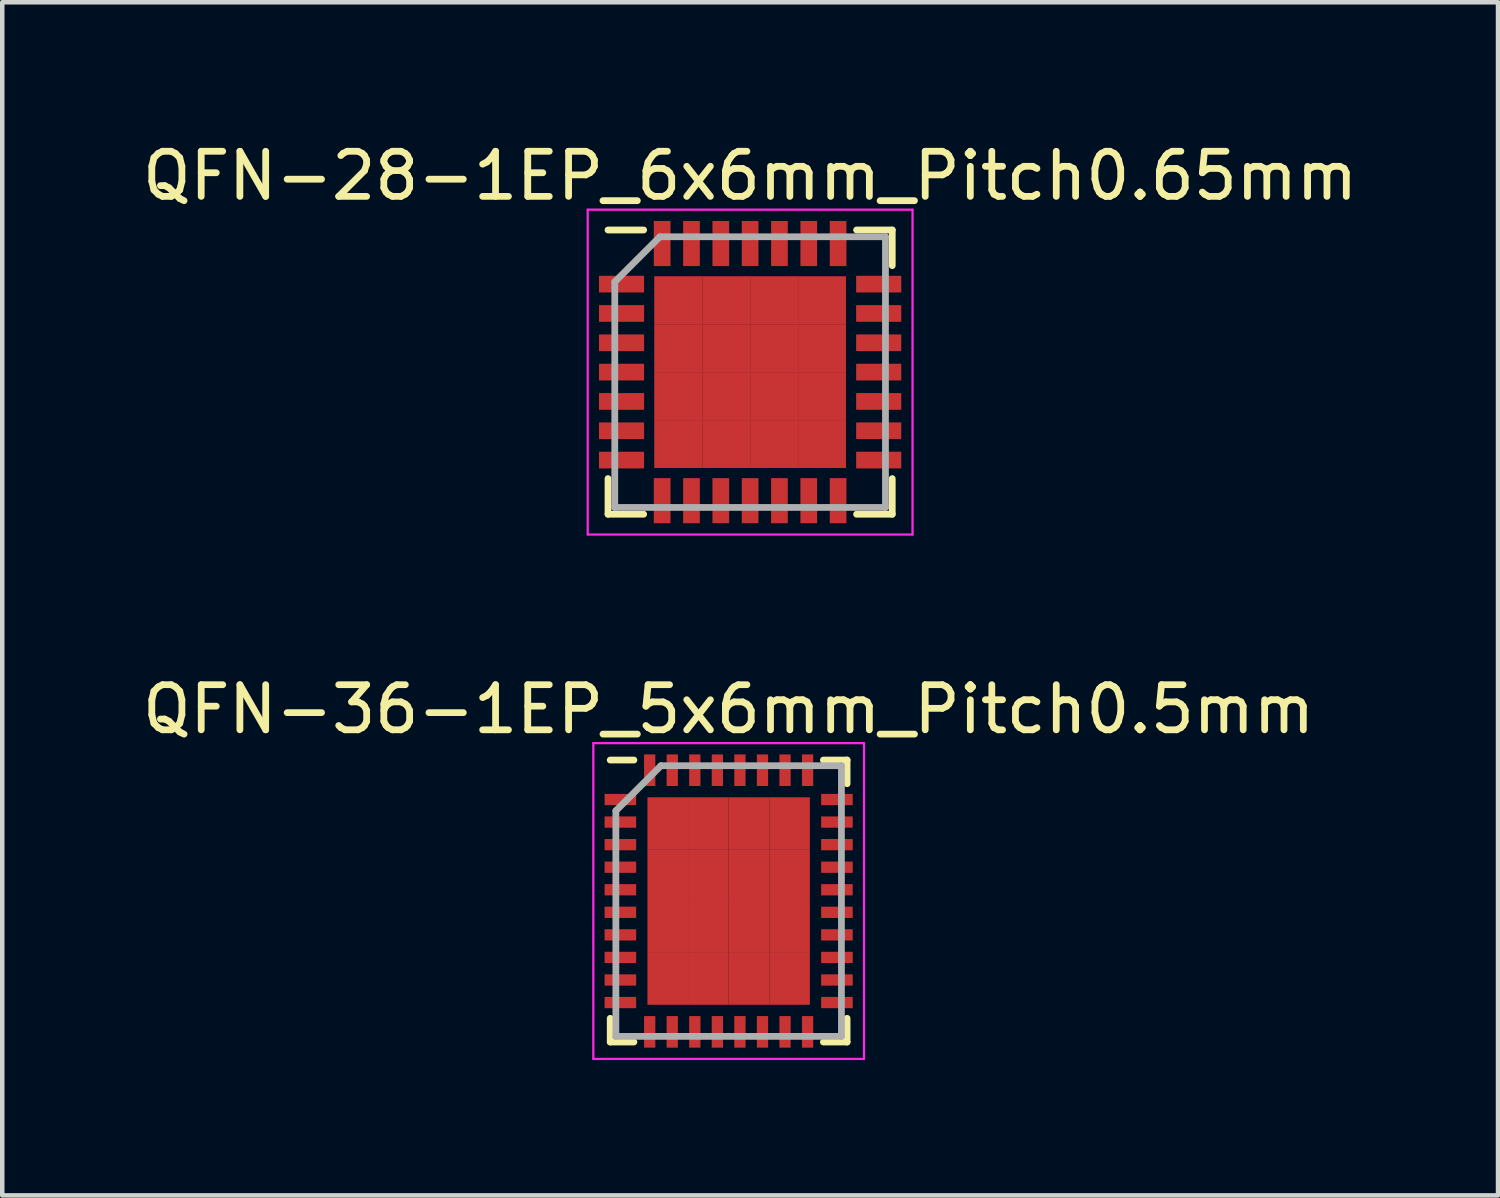
<source format=kicad_pcb>
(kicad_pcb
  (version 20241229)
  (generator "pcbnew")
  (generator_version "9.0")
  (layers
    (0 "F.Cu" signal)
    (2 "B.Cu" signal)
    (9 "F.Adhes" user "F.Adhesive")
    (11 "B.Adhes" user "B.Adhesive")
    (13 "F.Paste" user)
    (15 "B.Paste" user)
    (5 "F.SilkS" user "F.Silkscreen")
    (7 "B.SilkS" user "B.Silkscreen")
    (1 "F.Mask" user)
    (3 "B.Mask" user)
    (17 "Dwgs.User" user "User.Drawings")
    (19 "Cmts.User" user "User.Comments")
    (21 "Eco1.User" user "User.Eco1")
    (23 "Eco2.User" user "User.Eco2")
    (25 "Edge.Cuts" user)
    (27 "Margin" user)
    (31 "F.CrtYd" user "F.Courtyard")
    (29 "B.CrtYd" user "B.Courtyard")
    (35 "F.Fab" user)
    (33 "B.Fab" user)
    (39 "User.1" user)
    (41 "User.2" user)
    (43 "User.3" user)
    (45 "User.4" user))
  (footprint "QFN-28-1EP_6x6mm_Pitch0.65mm"
    (layer "F.Cu")
    (at 13.577 5.198)
    (property "Reference" "QFN-28-1EP_6x6mm_Pitch0.65mm" (at 0 -4.35 0) (layer "F.SilkS") (effects (font (size 1 1) (thickness 0.15))))
    (attr smd)
    (fp_line (start -3.15 -3.15) (end -2.36 -3.15) (stroke (width 0.15) (type solid)) (layer "F.SilkS"))
    (fp_line (start -3.15 3.15) (end -3.15 2.36) (stroke (width 0.15) (type solid)) (layer "F.SilkS"))
    (fp_line (start -3.15 3.15) (end -2.36 3.15) (stroke (width 0.15) (type solid)) (layer "F.SilkS"))
    (fp_line (start 3.15 -3.15) (end 2.36 -3.15) (stroke (width 0.15) (type solid)) (layer "F.SilkS"))
    (fp_line (start 3.15 -3.15) (end 3.15 -2.36) (stroke (width 0.15) (type solid)) (layer "F.SilkS"))
    (fp_line (start 3.15 3.15) (end 2.36 3.15) (stroke (width 0.15) (type solid)) (layer "F.SilkS"))
    (fp_line (start 3.15 3.15) (end 3.15 2.36) (stroke (width 0.15) (type solid)) (layer "F.SilkS"))
    (fp_line (start -3.6 -3.6) (end -3.6 3.6) (stroke (width 0.05) (type solid)) (layer "F.CrtYd"))
    (fp_line (start -3.6 -3.6) (end 3.6 -3.6) (stroke (width 0.05) (type solid)) (layer "F.CrtYd"))
    (fp_line (start -3.6 3.6) (end 3.6 3.6) (stroke (width 0.05) (type solid)) (layer "F.CrtYd"))
    (fp_line (start 3.6 -3.6) (end 3.6 3.6) (stroke (width 0.05) (type solid)) (layer "F.CrtYd"))
    (fp_line (start -3 -2) (end -2 -3) (stroke (width 0.15) (type solid)) (layer "F.Fab"))
    (fp_line (start -3 3) (end -3 -2) (stroke (width 0.15) (type solid)) (layer "F.Fab"))
    (fp_line (start -2 -3) (end 3 -3) (stroke (width 0.15) (type solid)) (layer "F.Fab"))
    (fp_line (start 3 -3) (end 3 3) (stroke (width 0.15) (type solid)) (layer "F.Fab"))
    (fp_line (start 3 3) (end -3 3) (stroke (width 0.15) (type solid)) (layer "F.Fab"))
    (pad "1" smd rect (at -2.85 -1.95) (size 1 0.37) (layers "F.Cu" "F.Mask" "F.Paste"))
    (pad "2" smd rect (at -2.85 -1.3) (size 1 0.37) (layers "F.Cu" "F.Mask" "F.Paste"))
    (pad "3" smd rect (at -2.85 -0.65) (size 1 0.37) (layers "F.Cu" "F.Mask" "F.Paste"))
    (pad "4" smd rect (at -2.85 0) (size 1 0.37) (layers "F.Cu" "F.Mask" "F.Paste"))
    (pad "5" smd rect (at -2.85 0.65) (size 1 0.37) (layers "F.Cu" "F.Mask" "F.Paste"))
    (pad "6" smd rect (at -2.85 1.3) (size 1 0.37) (layers "F.Cu" "F.Mask" "F.Paste"))
    (pad "7" smd rect (at -2.85 1.95) (size 1 0.37) (layers "F.Cu" "F.Mask" "F.Paste"))
    (pad "8" smd rect (at -1.95 2.85 90) (size 1 0.37) (layers "F.Cu" "F.Mask" "F.Paste"))
    (pad "9" smd rect (at -1.3 2.85 90) (size 1 0.37) (layers "F.Cu" "F.Mask" "F.Paste"))
    (pad "10" smd rect (at -0.65 2.85 90) (size 1 0.37) (layers "F.Cu" "F.Mask" "F.Paste"))
    (pad "11" smd rect (at 0 2.85 90) (size 1 0.37) (layers "F.Cu" "F.Mask" "F.Paste"))
    (pad "12" smd rect (at 0.65 2.85 90) (size 1 0.37) (layers "F.Cu" "F.Mask" "F.Paste"))
    (pad "13" smd rect (at 1.3 2.85 90) (size 1 0.37) (layers "F.Cu" "F.Mask" "F.Paste"))
    (pad "14" smd rect (at 1.95 2.85 90) (size 1 0.37) (layers "F.Cu" "F.Mask" "F.Paste"))
    (pad "15" smd rect (at 2.85 1.95) (size 1 0.37) (layers "F.Cu" "F.Mask" "F.Paste"))
    (pad "16" smd rect (at 2.85 1.3) (size 1 0.37) (layers "F.Cu" "F.Mask" "F.Paste"))
    (pad "17" smd rect (at 2.85 0.65) (size 1 0.37) (layers "F.Cu" "F.Mask" "F.Paste"))
    (pad "18" smd rect (at 2.85 0) (size 1 0.37) (layers "F.Cu" "F.Mask" "F.Paste"))
    (pad "19" smd rect (at 2.85 -0.65) (size 1 0.37) (layers "F.Cu" "F.Mask" "F.Paste"))
    (pad "20" smd rect (at 2.85 -1.3) (size 1 0.37) (layers "F.Cu" "F.Mask" "F.Paste"))
    (pad "21" smd rect (at 2.85 -1.95) (size 1 0.37) (layers "F.Cu" "F.Mask" "F.Paste"))
    (pad "22" smd rect (at 1.95 -2.85 90) (size 1 0.37) (layers "F.Cu" "F.Mask" "F.Paste"))
    (pad "23" smd rect (at 1.3 -2.85 90) (size 1 0.37) (layers "F.Cu" "F.Mask" "F.Paste"))
    (pad "24" smd rect (at 0.65 -2.85 90) (size 1 0.37) (layers "F.Cu" "F.Mask" "F.Paste"))
    (pad "25" smd rect (at 0 -2.85 90) (size 1 0.37) (layers "F.Cu" "F.Mask" "F.Paste"))
    (pad "26" smd rect (at -0.65 -2.85 90) (size 1 0.37) (layers "F.Cu" "F.Mask" "F.Paste"))
    (pad "27" smd rect (at -1.3 -2.85 90) (size 1 0.37) (layers "F.Cu" "F.Mask" "F.Paste"))
    (pad "28" smd rect (at -1.95 -2.85 90) (size 1 0.37) (layers "F.Cu" "F.Mask" "F.Paste"))
    (pad "29" smd rect (at -1.594 -1.594) (size 1.062 1.062) (layers "F.Cu" "F.Mask" "F.Paste"))
    (pad "29" smd rect (at -1.594 -0.531) (size 1.062 1.062) (layers "F.Cu" "F.Mask" "F.Paste"))
    (pad "29" smd rect (at -1.594 0.531) (size 1.062 1.062) (layers "F.Cu" "F.Mask" "F.Paste"))
    (pad "29" smd rect (at -1.594 1.594) (size 1.062 1.062) (layers "F.Cu" "F.Mask" "F.Paste"))
    (pad "29" smd rect (at -0.531 -1.594) (size 1.062 1.062) (layers "F.Cu" "F.Mask" "F.Paste"))
    (pad "29" smd rect (at -0.531 -0.531) (size 1.062 1.062) (layers "F.Cu" "F.Mask" "F.Paste"))
    (pad "29" smd rect (at -0.531 0.531) (size 1.062 1.062) (layers "F.Cu" "F.Mask" "F.Paste"))
    (pad "29" smd rect (at -0.531 1.594) (size 1.062 1.062) (layers "F.Cu" "F.Mask" "F.Paste"))
    (pad "29" smd rect (at 0.531 -1.594) (size 1.062 1.062) (layers "F.Cu" "F.Mask" "F.Paste"))
    (pad "29" smd rect (at 0.531 -0.531) (size 1.062 1.062) (layers "F.Cu" "F.Mask" "F.Paste"))
    (pad "29" smd rect (at 0.531 0.531) (size 1.062 1.062) (layers "F.Cu" "F.Mask" "F.Paste"))
    (pad "29" smd rect (at 0.531 1.594) (size 1.062 1.062) (layers "F.Cu" "F.Mask" "F.Paste"))
    (pad "29" smd rect (at 1.594 -1.594) (size 1.062 1.062) (layers "F.Cu" "F.Mask" "F.Paste"))
    (pad "29" smd rect (at 1.594 -0.531) (size 1.062 1.062) (layers "F.Cu" "F.Mask" "F.Paste"))
    (pad "29" smd rect (at 1.594 0.531) (size 1.062 1.062) (layers "F.Cu" "F.Mask" "F.Paste"))
    (pad "29" smd rect (at 1.594 1.594) (size 1.062 1.062) (layers "F.Cu" "F.Mask" "F.Paste")))
  (footprint "QFN-36-1EP_5x6mm_Pitch0.5mm"
    (layer "F.Cu")
    (at 13.101 16.922)
    (property "Reference" "QFN-36-1EP_5x6mm_Pitch0.5mm" (at 0 -4.25 0) (layer "F.SilkS") (effects (font (size 1 1) (thickness 0.15))))
    (attr smd)
    (fp_line (start -2.625 -3.125) (end -2.1 -3.125) (stroke (width 0.15) (type solid)) (layer "F.SilkS"))
    (fp_line (start -2.625 3.125) (end -2.625 2.6) (stroke (width 0.15) (type solid)) (layer "F.SilkS"))
    (fp_line (start -2.625 3.125) (end -2.1 3.125) (stroke (width 0.15) (type solid)) (layer "F.SilkS"))
    (fp_line (start 2.625 -3.125) (end 2.1 -3.125) (stroke (width 0.15) (type solid)) (layer "F.SilkS"))
    (fp_line (start 2.625 -3.125) (end 2.625 -2.6) (stroke (width 0.15) (type solid)) (layer "F.SilkS"))
    (fp_line (start 2.625 3.125) (end 2.1 3.125) (stroke (width 0.15) (type solid)) (layer "F.SilkS"))
    (fp_line (start 2.625 3.125) (end 2.625 2.6) (stroke (width 0.15) (type solid)) (layer "F.SilkS"))
    (fp_line (start -3 -3.5) (end -3 3.5) (stroke (width 0.05) (type solid)) (layer "F.CrtYd"))
    (fp_line (start -3 -3.5) (end 3 -3.5) (stroke (width 0.05) (type solid)) (layer "F.CrtYd"))
    (fp_line (start -3 3.5) (end 3 3.5) (stroke (width 0.05) (type solid)) (layer "F.CrtYd"))
    (fp_line (start 3 -3.5) (end 3 3.5) (stroke (width 0.05) (type solid)) (layer "F.CrtYd"))
    (fp_line (start -2.5 -2) (end -1.5 -3) (stroke (width 0.15) (type solid)) (layer "F.Fab"))
    (fp_line (start -2.5 3) (end -2.5 -2) (stroke (width 0.15) (type solid)) (layer "F.Fab"))
    (fp_line (start -1.5 -3) (end 2.5 -3) (stroke (width 0.15) (type solid)) (layer "F.Fab"))
    (fp_line (start 2.5 -3) (end 2.5 3) (stroke (width 0.15) (type solid)) (layer "F.Fab"))
    (fp_line (start 2.5 3) (end -2.5 3) (stroke (width 0.15) (type solid)) (layer "F.Fab"))
    (pad "1" smd rect (at -2.4 -2.25) (size 0.7 0.25) (layers "F.Cu" "F.Mask" "F.Paste"))
    (pad "2" smd rect (at -2.4 -1.75) (size 0.7 0.25) (layers "F.Cu" "F.Mask" "F.Paste"))
    (pad "3" smd rect (at -2.4 -1.25) (size 0.7 0.25) (layers "F.Cu" "F.Mask" "F.Paste"))
    (pad "4" smd rect (at -2.4 -0.75) (size 0.7 0.25) (layers "F.Cu" "F.Mask" "F.Paste"))
    (pad "5" smd rect (at -2.4 -0.25) (size 0.7 0.25) (layers "F.Cu" "F.Mask" "F.Paste"))
    (pad "6" smd rect (at -2.4 0.25) (size 0.7 0.25) (layers "F.Cu" "F.Mask" "F.Paste"))
    (pad "7" smd rect (at -2.4 0.75) (size 0.7 0.25) (layers "F.Cu" "F.Mask" "F.Paste"))
    (pad "8" smd rect (at -2.4 1.25) (size 0.7 0.25) (layers "F.Cu" "F.Mask" "F.Paste"))
    (pad "9" smd rect (at -2.4 1.75) (size 0.7 0.25) (layers "F.Cu" "F.Mask" "F.Paste"))
    (pad "10" smd rect (at -2.4 2.25) (size 0.7 0.25) (layers "F.Cu" "F.Mask" "F.Paste"))
    (pad "11" smd rect (at -1.75 2.9 90) (size 0.7 0.25) (layers "F.Cu" "F.Mask" "F.Paste"))
    (pad "12" smd rect (at -1.25 2.9 90) (size 0.7 0.25) (layers "F.Cu" "F.Mask" "F.Paste"))
    (pad "13" smd rect (at -0.75 2.9 90) (size 0.7 0.25) (layers "F.Cu" "F.Mask" "F.Paste"))
    (pad "14" smd rect (at -0.25 2.9 90) (size 0.7 0.25) (layers "F.Cu" "F.Mask" "F.Paste"))
    (pad "15" smd rect (at 0.25 2.9 90) (size 0.7 0.25) (layers "F.Cu" "F.Mask" "F.Paste"))
    (pad "16" smd rect (at 0.75 2.9 90) (size 0.7 0.25) (layers "F.Cu" "F.Mask" "F.Paste"))
    (pad "17" smd rect (at 1.25 2.9 90) (size 0.7 0.25) (layers "F.Cu" "F.Mask" "F.Paste"))
    (pad "18" smd rect (at 1.75 2.9 90) (size 0.7 0.25) (layers "F.Cu" "F.Mask" "F.Paste"))
    (pad "19" smd rect (at 2.4 2.25) (size 0.7 0.25) (layers "F.Cu" "F.Mask" "F.Paste"))
    (pad "20" smd rect (at 2.4 1.75) (size 0.7 0.25) (layers "F.Cu" "F.Mask" "F.Paste"))
    (pad "21" smd rect (at 2.4 1.25) (size 0.7 0.25) (layers "F.Cu" "F.Mask" "F.Paste"))
    (pad "22" smd rect (at 2.4 0.75) (size 0.7 0.25) (layers "F.Cu" "F.Mask" "F.Paste"))
    (pad "23" smd rect (at 2.4 0.25) (size 0.7 0.25) (layers "F.Cu" "F.Mask" "F.Paste"))
    (pad "24" smd rect (at 2.4 -0.25) (size 0.7 0.25) (layers "F.Cu" "F.Mask" "F.Paste"))
    (pad "25" smd rect (at 2.4 -0.75) (size 0.7 0.25) (layers "F.Cu" "F.Mask" "F.Paste"))
    (pad "26" smd rect (at 2.4 -1.25) (size 0.7 0.25) (layers "F.Cu" "F.Mask" "F.Paste"))
    (pad "27" smd rect (at 2.4 -1.75) (size 0.7 0.25) (layers "F.Cu" "F.Mask" "F.Paste"))
    (pad "28" smd rect (at 2.4 -2.25) (size 0.7 0.25) (layers "F.Cu" "F.Mask" "F.Paste"))
    (pad "29" smd rect (at 1.75 -2.9 90) (size 0.7 0.25) (layers "F.Cu" "F.Mask" "F.Paste"))
    (pad "30" smd rect (at 1.25 -2.9 90) (size 0.7 0.25) (layers "F.Cu" "F.Mask" "F.Paste"))
    (pad "31" smd rect (at 0.75 -2.9 90) (size 0.7 0.25) (layers "F.Cu" "F.Mask" "F.Paste"))
    (pad "32" smd rect (at 0.25 -2.9 90) (size 0.7 0.25) (layers "F.Cu" "F.Mask" "F.Paste"))
    (pad "33" smd rect (at -0.25 -2.9 90) (size 0.7 0.25) (layers "F.Cu" "F.Mask" "F.Paste"))
    (pad "34" smd rect (at -0.75 -2.9 90) (size 0.7 0.25) (layers "F.Cu" "F.Mask" "F.Paste"))
    (pad "35" smd rect (at -1.25 -2.9 90) (size 0.7 0.25) (layers "F.Cu" "F.Mask" "F.Paste"))
    (pad "36" smd rect (at -1.75 -2.9 90) (size 0.7 0.25) (layers "F.Cu" "F.Mask" "F.Paste"))
    (pad "37" smd rect (at -1.35 -1.725) (size 0.9 1.15) (layers "F.Cu" "F.Mask" "F.Paste"))
    (pad "37" smd rect (at -1.35 -0.575) (size 0.9 1.15) (layers "F.Cu" "F.Mask" "F.Paste"))
    (pad "37" smd rect (at -1.35 0.575) (size 0.9 1.15) (layers "F.Cu" "F.Mask" "F.Paste"))
    (pad "37" smd rect (at -1.35 1.725) (size 0.9 1.15) (layers "F.Cu" "F.Mask" "F.Paste"))
    (pad "37" smd rect (at -0.45 -1.725) (size 0.9 1.15) (layers "F.Cu" "F.Mask" "F.Paste"))
    (pad "37" smd rect (at -0.45 -0.575) (size 0.9 1.15) (layers "F.Cu" "F.Mask" "F.Paste"))
    (pad "37" smd rect (at -0.45 0.575) (size 0.9 1.15) (layers "F.Cu" "F.Mask" "F.Paste"))
    (pad "37" smd rect (at -0.45 1.725) (size 0.9 1.15) (layers "F.Cu" "F.Mask" "F.Paste"))
    (pad "37" smd rect (at 0.45 -1.725) (size 0.9 1.15) (layers "F.Cu" "F.Mask" "F.Paste"))
    (pad "37" smd rect (at 0.45 -0.575) (size 0.9 1.15) (layers "F.Cu" "F.Mask" "F.Paste"))
    (pad "37" smd rect (at 0.45 0.575) (size 0.9 1.15) (layers "F.Cu" "F.Mask" "F.Paste"))
    (pad "37" smd rect (at 0.45 1.725) (size 0.9 1.15) (layers "F.Cu" "F.Mask" "F.Paste"))
    (pad "37" smd rect (at 1.35 -1.725) (size 0.9 1.15) (layers "F.Cu" "F.Mask" "F.Paste"))
    (pad "37" smd rect (at 1.35 -0.575) (size 0.9 1.15) (layers "F.Cu" "F.Mask" "F.Paste"))
    (pad "37" smd rect (at 1.35 0.575) (size 0.9 1.15) (layers "F.Cu" "F.Mask" "F.Paste"))
    (pad "37" smd rect (at 1.35 1.725) (size 0.9 1.15) (layers "F.Cu" "F.Mask" "F.Paste")))
  (gr_rect
    (start -3 -3)
    (end 30.155 23.447)
    (stroke (width 0.1) (type default))
    (fill no)
    (layer "Edge.Cuts")))
</source>
